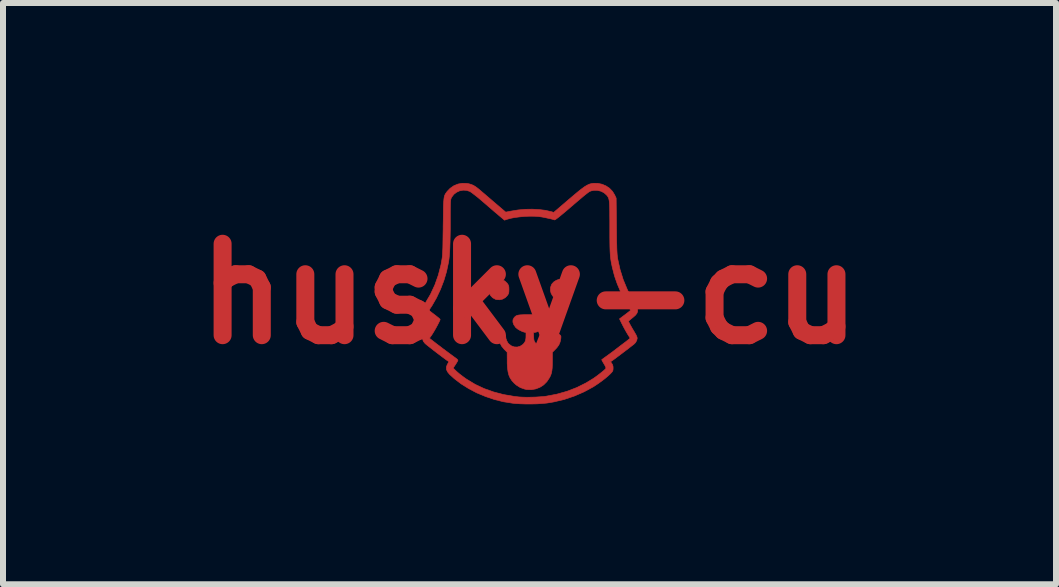
<source format=kicad_pcb>
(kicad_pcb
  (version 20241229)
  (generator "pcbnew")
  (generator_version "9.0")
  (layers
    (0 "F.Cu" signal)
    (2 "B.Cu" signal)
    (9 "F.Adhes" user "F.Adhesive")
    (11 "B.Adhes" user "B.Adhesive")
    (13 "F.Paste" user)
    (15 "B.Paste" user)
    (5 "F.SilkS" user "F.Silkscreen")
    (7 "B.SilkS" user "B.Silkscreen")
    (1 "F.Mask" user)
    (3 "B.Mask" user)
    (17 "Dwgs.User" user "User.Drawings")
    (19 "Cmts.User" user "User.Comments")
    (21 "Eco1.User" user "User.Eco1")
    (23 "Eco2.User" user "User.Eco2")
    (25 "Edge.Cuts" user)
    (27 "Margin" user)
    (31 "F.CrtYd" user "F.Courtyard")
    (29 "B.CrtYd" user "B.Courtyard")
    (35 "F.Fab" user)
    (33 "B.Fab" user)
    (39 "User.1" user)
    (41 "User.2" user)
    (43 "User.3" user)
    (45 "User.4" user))
  (footprint "husky-cu"
    (layer "F.Cu")
    (at 5.777 1.848)
    (property "Reference" "husky-cu" (at 0 0 0) (layer "F.Cu") (effects (font (size 1.524 1.524) (thickness 0.3))))
    (attr through_hole)
    (fp_poly (pts (xy 0.569 -0.237) (xy 0.613 -0.216) (xy 0.649 -0.183) (xy 0.676 -0.142) (xy 0.69 -0.096) (xy 0.691 -0.048) (xy 0.675 0.002) (xy 0.647 0.043) (xy 0.609 0.075) (xy 0.564 0.094) (xy 0.514 0.101) (xy 0.464 0.092) (xy 0.461 0.091) (xy 0.417 0.068) (xy 0.383 0.033) (xy 0.359 -0.01) (xy 0.348 -0.057) (xy 0.35 -0.106) (xy 0.366 -0.152) (xy 0.376 -0.168) (xy 0.406 -0.2) (xy 0.446 -0.225) (xy 0.489 -0.241) (xy 0.52 -0.245) (xy 0.569 -0.237)) (stroke (width 0.01) (type solid)) (fill yes) (layer "F.Cu"))
    (fp_poly (pts (xy -0.454 -0.235) (xy -0.411 -0.213) (xy -0.374 -0.178) (xy -0.368 -0.17) (xy -0.355 -0.149) (xy -0.347 -0.129) (xy -0.344 -0.106) (xy -0.343 -0.072) (xy -0.344 -0.038) (xy -0.347 -0.014) (xy -0.355 0.005) (xy -0.368 0.026) (xy -0.404 0.063) (xy -0.449 0.088) (xy -0.498 0.099) (xy -0.549 0.096) (xy -0.57 0.09) (xy -0.615 0.065) (xy -0.649 0.029) (xy -0.672 -0.016) (xy -0.682 -0.065) (xy -0.678 -0.109) (xy -0.658 -0.158) (xy -0.628 -0.196) (xy -0.59 -0.224) (xy -0.546 -0.24) (xy -0.5 -0.244) (xy -0.454 -0.235)) (stroke (width 0.01) (type solid)) (fill yes) (layer "F.Cu"))
    (fp_poly (pts (xy 0.072 0.347) (xy 0.119 0.348) (xy 0.155 0.349) (xy 0.181 0.35) (xy 0.2 0.353) (xy 0.215 0.357) (xy 0.229 0.362) (xy 0.235 0.365) (xy 0.269 0.389) (xy 0.29 0.42) (xy 0.297 0.455) (xy 0.29 0.492) (xy 0.271 0.53) (xy 0.24 0.566) (xy 0.198 0.599) (xy 0.171 0.614) (xy 0.141 0.627) (xy 0.111 0.638) (xy 0.096 0.641) (xy 0.066 0.646) (xy 0.069 0.716) (xy 0.071 0.752) (xy 0.075 0.776) (xy 0.082 0.795) (xy 0.093 0.812) (xy 0.098 0.818) (xy 0.132 0.851) (xy 0.173 0.875) (xy 0.216 0.888) (xy 0.233 0.889) (xy 0.281 0.881) (xy 0.325 0.858) (xy 0.363 0.825) (xy 0.39 0.783) (xy 0.405 0.736) (xy 0.406 0.713) (xy 0.414 0.69) (xy 0.433 0.67) (xy 0.457 0.661) (xy 0.462 0.66) (xy 0.482 0.666) (xy 0.503 0.681) (xy 0.505 0.682) (xy 0.519 0.698) (xy 0.524 0.714) (xy 0.522 0.738) (xy 0.522 0.744) (xy 0.51 0.802) (xy 0.49 0.85) (xy 0.458 0.895) (xy 0.434 0.921) (xy 0.381 0.974) (xy 0.381 1.113) (xy 0.38 1.181) (xy 0.378 1.235) (xy 0.373 1.279) (xy 0.366 1.317) (xy 0.355 1.351) (xy 0.34 1.385) (xy 0.332 1.399) (xy 0.289 1.464) (xy 0.236 1.517) (xy 0.173 1.558) (xy 0.103 1.585) (xy 0.029 1.598) (xy -0.048 1.595) (xy -0.085 1.587) (xy -0.155 1.562) (xy -0.221 1.52) (xy -0.259 1.486) (xy -0.295 1.446) (xy -0.323 1.404) (xy -0.344 1.356) (xy -0.358 1.302) (xy -0.367 1.237) (xy -0.372 1.16) (xy -0.372 1.107) (xy -0.373 0.973) (xy -0.422 0.925) (xy -0.467 0.87) (xy -0.497 0.809) (xy -0.51 0.744) (xy -0.511 0.734) (xy -0.51 0.707) (xy -0.505 0.69) (xy -0.492 0.677) (xy -0.492 0.677) (xy -0.472 0.665) (xy -0.454 0.66) (xy -0.429 0.667) (xy -0.409 0.682) (xy -0.398 0.702) (xy -0.398 0.706) (xy -0.393 0.744) (xy -0.379 0.784) (xy -0.359 0.82) (xy -0.345 0.836) (xy -0.302 0.868) (xy -0.254 0.885) (xy -0.204 0.887) (xy -0.157 0.874) (xy -0.113 0.846) (xy -0.1 0.833) (xy -0.079 0.806) (xy -0.066 0.776) (xy -0.06 0.738) (xy -0.059 0.703) (xy -0.059 0.645) (xy -0.087 0.639) (xy -0.123 0.627) (xy -0.162 0.608) (xy -0.199 0.586) (xy -0.227 0.563) (xy -0.233 0.557) (xy -0.263 0.513) (xy -0.277 0.472) (xy -0.276 0.433) (xy -0.258 0.399) (xy -0.257 0.397) (xy -0.243 0.382) (xy -0.228 0.37) (xy -0.211 0.361) (xy -0.189 0.355) (xy -0.159 0.351) (xy -0.12 0.349) (xy -0.069 0.347) (xy -0.003 0.347) (xy 0.01 0.347) (xy 0.072 0.347)) (stroke (width 0.01) (type solid)) (fill yes) (layer "F.Cu"))
    (fp_poly (pts (xy -1.047 -1.841) (xy -1.008 -1.834) (xy -0.969 -1.822) (xy -0.935 -1.808) (xy -0.901 -1.787) (xy -0.863 -1.759) (xy -0.817 -1.721) (xy -0.792 -1.699) (xy -0.756 -1.669) (xy -0.713 -1.632) (xy -0.665 -1.591) (xy -0.614 -1.547) (xy -0.573 -1.512) (xy -0.397 -1.362) (xy -0.308 -1.379) (xy -0.192 -1.398) (xy -0.074 -1.409) (xy 0.044 -1.411) (xy 0.158 -1.405) (xy 0.265 -1.392) (xy 0.36 -1.37) (xy 0.369 -1.368) (xy 0.403 -1.357) (xy 0.648 -1.567) (xy 0.722 -1.63) (xy 0.784 -1.682) (xy 0.836 -1.725) (xy 0.881 -1.759) (xy 0.918 -1.786) (xy 0.951 -1.806) (xy 0.98 -1.821) (xy 1.006 -1.831) (xy 1.032 -1.838) (xy 1.058 -1.842) (xy 1.064 -1.843) (xy 1.138 -1.842) (xy 1.209 -1.827) (xy 1.275 -1.799) (xy 1.334 -1.759) (xy 1.383 -1.708) (xy 1.419 -1.649) (xy 1.444 -1.596) (xy 1.449 -1.135) (xy 1.45 -1.032) (xy 1.451 -0.945) (xy 1.452 -0.872) (xy 1.454 -0.81) (xy 1.455 -0.759) (xy 1.457 -0.717) (xy 1.459 -0.682) (xy 1.461 -0.652) (xy 1.464 -0.625) (xy 1.467 -0.601) (xy 1.471 -0.577) (xy 1.472 -0.571) (xy 1.509 -0.405) (xy 1.561 -0.238) (xy 1.629 -0.073) (xy 1.71 0.086) (xy 1.756 0.165) (xy 1.784 0.215) (xy 1.8 0.256) (xy 1.802 0.291) (xy 1.791 0.323) (xy 1.766 0.356) (xy 1.725 0.392) (xy 1.714 0.401) (xy 1.687 0.423) (xy 1.665 0.442) (xy 1.653 0.455) (xy 1.651 0.459) (xy 1.655 0.471) (xy 1.667 0.495) (xy 1.686 0.53) (xy 1.71 0.573) (xy 1.739 0.621) (xy 1.754 0.647) (xy 1.777 0.687) (xy 1.791 0.719) (xy 1.795 0.74) (xy 1.787 0.776) (xy 1.767 0.813) (xy 1.74 0.84) (xy 1.717 0.858) (xy 1.684 0.883) (xy 1.645 0.914) (xy 1.601 0.947) (xy 1.555 0.982) (xy 1.509 1.017) (xy 1.466 1.049) (xy 1.428 1.078) (xy 1.397 1.1) (xy 1.377 1.115) (xy 1.372 1.118) (xy 1.351 1.132) (xy 1.372 1.161) (xy 1.385 1.184) (xy 1.392 1.211) (xy 1.393 1.238) (xy 1.392 1.262) (xy 1.389 1.279) (xy 1.381 1.295) (xy 1.366 1.313) (xy 1.342 1.338) (xy 1.305 1.372) (xy 1.258 1.412) (xy 1.204 1.453) (xy 1.146 1.495) (xy 1.089 1.533) (xy 1.063 1.55) (xy 0.91 1.633) (xy 0.749 1.703) (xy 0.58 1.76) (xy 0.408 1.801) (xy 0.288 1.821) (xy 0.212 1.828) (xy 0.125 1.834) (xy 0.031 1.836) (xy -0.064 1.836) (xy -0.157 1.833) (xy -0.241 1.828) (xy -0.284 1.823) (xy -0.436 1.799) (xy -0.587 1.761) (xy -0.735 1.711) (xy -0.879 1.651) (xy -1.014 1.58) (xy -1.14 1.501) (xy -1.254 1.414) (xy -1.334 1.341) (xy -1.367 1.3) (xy -1.385 1.261) (xy -1.386 1.221) (xy -1.372 1.18) (xy -1.366 1.17) (xy -1.344 1.131) (xy -1.363 1.118) (xy -1.385 1.103) (xy -1.416 1.08) (xy -1.455 1.051) (xy -1.499 1.018) (xy -1.545 0.983) (xy -1.592 0.947) (xy -1.637 0.912) (xy -1.677 0.88) (xy -1.71 0.854) (xy -1.733 0.835) (xy -1.742 0.827) (xy -1.769 0.793) (xy -1.783 0.756) (xy -1.782 0.721) (xy -1.776 0.704) (xy -1.761 0.677) (xy -1.742 0.644) (xy -1.725 0.617) (xy -1.701 0.58) (xy -1.678 0.544) (xy -1.66 0.513) (xy -1.651 0.498) (xy -1.63 0.457) (xy -1.65 0.444) (xy -1.685 0.417) (xy -1.719 0.388) (xy -1.749 0.36) (xy -1.772 0.336) (xy -1.783 0.32) (xy -1.792 0.295) (xy -1.792 0.273) (xy -1.671 0.273) (xy -1.669 0.281) (xy -1.662 0.287) (xy -1.661 0.288) (xy -1.648 0.298) (xy -1.625 0.316) (xy -1.595 0.339) (xy -1.567 0.36) (xy -1.537 0.384) (xy -1.512 0.404) (xy -1.496 0.419) (xy -1.49 0.426) (xy -1.494 0.44) (xy -1.506 0.466) (xy -1.523 0.5) (xy -1.544 0.54) (xy -1.567 0.582) (xy -1.591 0.623) (xy -1.614 0.661) (xy -1.634 0.692) (xy -1.65 0.714) (xy -1.653 0.718) (xy -1.664 0.734) (xy -1.663 0.744) (xy -1.649 0.756) (xy -1.623 0.776) (xy -1.588 0.803) (xy -1.546 0.836) (xy -1.499 0.871) (xy -1.45 0.909) (xy -1.4 0.946) (xy -1.352 0.982) (xy -1.307 1.015) (xy -1.269 1.043) (xy -1.239 1.065) (xy -1.23 1.071) (xy -1.209 1.088) (xy -1.196 1.102) (xy -1.194 1.107) (xy -1.198 1.119) (xy -1.21 1.14) (xy -1.227 1.168) (xy -1.233 1.177) (xy -1.273 1.237) (xy -1.244 1.267) (xy -1.211 1.298) (xy -1.168 1.335) (xy -1.117 1.374) (xy -1.064 1.413) (xy -1.041 1.428) (xy -0.905 1.51) (xy -0.758 1.579) (xy -0.601 1.635) (xy -0.434 1.679) (xy -0.258 1.709) (xy -0.175 1.719) (xy -0.119 1.722) (xy -0.05 1.724) (xy 0.025 1.723) (xy 0.103 1.721) (xy 0.177 1.716) (xy 0.244 1.711) (xy 0.279 1.706) (xy 0.454 1.673) (xy 0.624 1.625) (xy 0.788 1.562) (xy 0.944 1.484) (xy 1.067 1.409) (xy 1.098 1.387) (xy 1.134 1.361) (xy 1.17 1.333) (xy 1.205 1.305) (xy 1.236 1.28) (xy 1.259 1.259) (xy 1.271 1.246) (xy 1.272 1.245) (xy 1.273 1.233) (xy 1.265 1.211) (xy 1.248 1.179) (xy 1.24 1.166) (xy 1.223 1.137) (xy 1.21 1.113) (xy 1.204 1.1) (xy 1.203 1.097) (xy 1.211 1.092) (xy 1.23 1.078) (xy 1.256 1.059) (xy 1.283 1.04) (xy 1.32 1.013) (xy 1.365 0.98) (xy 1.412 0.945) (xy 1.455 0.912) (xy 1.456 0.911) (xy 1.498 0.879) (xy 1.541 0.846) (xy 1.581 0.816) (xy 1.613 0.792) (xy 1.615 0.79) (xy 1.642 0.769) (xy 1.663 0.752) (xy 1.675 0.741) (xy 1.676 0.739) (xy 1.672 0.731) (xy 1.661 0.713) (xy 1.652 0.7) (xy 1.627 0.659) (xy 1.597 0.607) (xy 1.565 0.548) (xy 1.534 0.487) (xy 1.532 0.483) (xy 1.5 0.417) (xy 1.593 0.347) (xy 1.626 0.322) (xy 1.654 0.3) (xy 1.674 0.284) (xy 1.684 0.275) (xy 1.685 0.275) (xy 1.681 0.267) (xy 1.67 0.247) (xy 1.653 0.219) (xy 1.633 0.184) (xy 1.629 0.177) (xy 1.567 0.066) (xy 1.512 -0.049) (xy 1.463 -0.164) (xy 1.424 -0.275) (xy 1.408 -0.33) (xy 1.394 -0.386) (xy 1.381 -0.435) (xy 1.371 -0.482) (xy 1.362 -0.526) (xy 1.355 -0.57) (xy 1.349 -0.617) (xy 1.345 -0.668) (xy 1.342 -0.725) (xy 1.34 -0.79) (xy 1.339 -0.864) (xy 1.338 -0.951) (xy 1.338 -1.052) (xy 1.338 -1.116) (xy 1.338 -1.217) (xy 1.337 -1.303) (xy 1.337 -1.375) (xy 1.336 -1.434) (xy 1.334 -1.482) (xy 1.332 -1.521) (xy 1.328 -1.552) (xy 1.323 -1.576) (xy 1.318 -1.595) (xy 1.31 -1.611) (xy 1.302 -1.625) (xy 1.291 -1.639) (xy 1.284 -1.647) (xy 1.241 -1.685) (xy 1.189 -1.711) (xy 1.131 -1.725) (xy 1.072 -1.725) (xy 1.036 -1.718) (xy 1.025 -1.715) (xy 1.014 -1.711) (xy 1.003 -1.706) (xy 0.989 -1.698) (xy 0.973 -1.686) (xy 0.952 -1.67) (xy 0.925 -1.649) (xy 0.891 -1.621) (xy 0.85 -1.586) (xy 0.799 -1.543) (xy 0.737 -1.49) (xy 0.674 -1.436) (xy 0.604 -1.376) (xy 0.545 -1.327) (xy 0.499 -1.289) (xy 0.463 -1.261) (xy 0.437 -1.242) (xy 0.421 -1.233) (xy 0.416 -1.232) (xy 0.389 -1.241) (xy 0.35 -1.251) (xy 0.303 -1.261) (xy 0.253 -1.272) (xy 0.205 -1.281) (xy 0.163 -1.287) (xy 0.157 -1.288) (xy 0.087 -1.293) (xy 0.007 -1.294) (xy -0.077 -1.291) (xy -0.162 -1.283) (xy -0.242 -1.273) (xy -0.315 -1.259) (xy -0.376 -1.242) (xy -0.382 -1.24) (xy -0.417 -1.228) (xy -0.511 -1.307) (xy -0.544 -1.336) (xy -0.588 -1.372) (xy -0.637 -1.415) (xy -0.69 -1.46) (xy -0.744 -1.507) (xy -0.779 -1.537) (xy -0.828 -1.579) (xy -0.875 -1.618) (xy -0.918 -1.651) (xy -0.954 -1.679) (xy -0.981 -1.698) (xy -0.995 -1.707) (xy -1.051 -1.725) (xy -1.108 -1.728) (xy -1.165 -1.717) (xy -1.217 -1.693) (xy -1.262 -1.658) (xy -1.297 -1.612) (xy -1.308 -1.589) (xy -1.311 -1.579) (xy -1.314 -1.565) (xy -1.316 -1.545) (xy -1.318 -1.518) (xy -1.319 -1.483) (xy -1.32 -1.436) (xy -1.321 -1.378) (xy -1.321 -1.306) (xy -1.321 -1.219) (xy -1.321 -1.209) (xy -1.321 -1.08) (xy -1.323 -0.966) (xy -1.325 -0.867) (xy -1.328 -0.78) (xy -1.331 -0.705) (xy -1.336 -0.64) (xy -1.342 -0.583) (xy -1.349 -0.533) (xy -1.351 -0.523) (xy -1.383 -0.372) (xy -1.428 -0.221) (xy -1.485 -0.073) (xy -1.551 0.067) (xy -1.625 0.196) (xy -1.635 0.211) (xy -1.655 0.241) (xy -1.667 0.261) (xy -1.671 0.273) (xy -1.792 0.273) (xy -1.792 0.267) (xy -1.783 0.235) (xy -1.764 0.196) (xy -1.738 0.155) (xy -1.651 0.008) (xy -1.578 -0.149) (xy -1.52 -0.313) (xy -1.476 -0.484) (xy -1.464 -0.55) (xy -1.46 -0.575) (xy -1.456 -0.599) (xy -1.453 -0.625) (xy -1.451 -0.653) (xy -1.449 -0.686) (xy -1.447 -0.726) (xy -1.445 -0.773) (xy -1.444 -0.83) (xy -1.443 -0.899) (xy -1.442 -0.98) (xy -1.44 -1.076) (xy -1.44 -1.122) (xy -1.438 -1.227) (xy -1.437 -1.316) (xy -1.436 -1.391) (xy -1.435 -1.454) (xy -1.433 -1.506) (xy -1.43 -1.547) (xy -1.427 -1.581) (xy -1.423 -1.608) (xy -1.418 -1.63) (xy -1.411 -1.648) (xy -1.404 -1.663) (xy -1.394 -1.678) (xy -1.383 -1.693) (xy -1.374 -1.706) (xy -1.322 -1.76) (xy -1.261 -1.802) (xy -1.193 -1.83) (xy -1.121 -1.843) (xy -1.047 -1.841)) (stroke (width 0.01) (type solid)) (fill yes) (layer "F.Cu")))
  (gr_rect
    (start -3 -3)
    (end 14.553 6.689)
    (stroke (width 0.1) (type default))
    (fill no)
    (layer "Edge.Cuts")))
</source>
